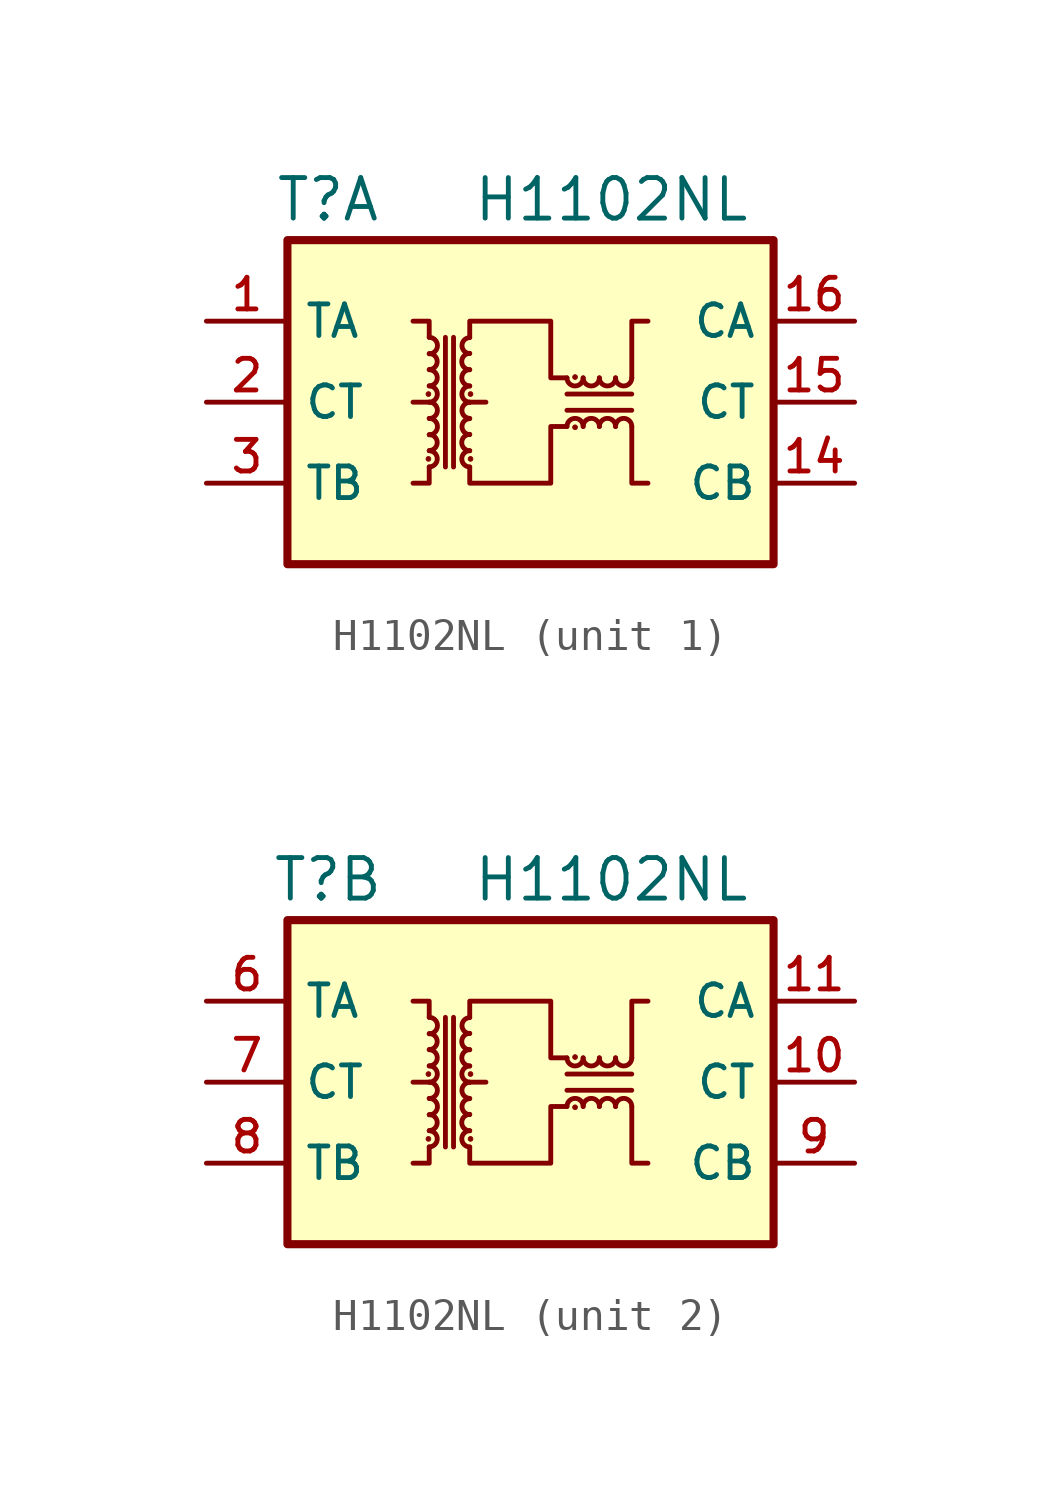
<source format=kicad_sym>
(kicad_symbol_lib
  (version 20211014)
  (generator kicad_symbol_editor)
  (symbol "H1102NL"
    (property "Reference" "T"
      (at 3.81 3.81 0)
      (effects (font (size 1.27 1.27))))
    (property "Value" "H1102NL"
      (at 12.7 3.81 0)
      (effects (font (size 1.27 1.27))))
    (property "ki_locked" ""
      (at 0 0 0)
      (effects (font (size 1.27 1.27))))
    (symbol "H1102NL_0_0"
      (polyline (pts (xy 6.477 -2.54) (xy 6.985 -2.54)) (stroke (width 0) (type default) (color 0 0 0 0)) (fill (type none)))
      (rectangle (start 2.54 2.54) (end 17.78 -7.62) (stroke (width 0.254) (type default) (color 0 0 0 0)) (fill (type background))))
    (symbol "H1102NL_0_1"
      (polyline (pts (xy 7.493 -0.508) (xy 7.493 -4.572)) (stroke (width 0) (type default) (color 0 0 0 0)) (fill (type none)))
      (polyline (pts (xy 7.747 -4.572) (xy 7.747 -0.508)) (stroke (width 0) (type default) (color 0 0 0 0)) (fill (type none)))
      (polyline (pts (xy 8.255 -2.54) (xy 8.763 -2.54)) (stroke (width 0) (type default) (color 0 0 0 0)) (fill (type none)))
      (polyline (pts (xy 11.303 -2.794) (xy 13.335 -2.794)) (stroke (width 0) (type default) (color 0 0 0 0)) (fill (type none)))
      (polyline (pts (xy 13.335 -2.286) (xy 11.303 -2.286)) (stroke (width 0) (type default) (color 0 0 0 0)) (fill (type none)))
      (polyline (pts (xy 6.985 -4.572) (xy 6.985 -5.08) (xy 6.477 -5.08)) (stroke (width 0) (type default) (color 0 0 0 0)) (fill (type none)))
      (polyline (pts (xy 6.985 -0.508) (xy 6.985 0) (xy 6.477 0)) (stroke (width 0) (type default) (color 0 0 0 0)) (fill (type none)))
      (polyline (pts (xy 13.335 -3.302) (xy 13.335 -5.08) (xy 13.843 -5.08)) (stroke (width 0) (type default) (color 0 0 0 0)) (fill (type none)))
      (polyline (pts (xy 13.335 -1.778) (xy 13.335 0) (xy 13.843 0)) (stroke (width 0) (type default) (color 0 0 0 0)) (fill (type none)))
      (polyline (pts (xy 8.255 -0.508) (xy 8.255 0) (xy 10.795 0) (xy 10.795 -1.778) (xy 11.303 -1.778)) (stroke (width 0) (type default) (color 0 0 0 0)) (fill (type none)))
      (polyline (pts (xy 11.303 -3.302) (xy 10.795 -3.302) (xy 10.795 -5.08) (xy 8.255 -5.08) (xy 8.255 -4.572)) (stroke (width 0) (type default) (color 0 0 0 0)) (fill (type none)))
      (circle (center 6.96 -4.318) (radius 0.076) (stroke (width 0.025) (type default) (color 0 0 0 0)) (fill (type outline)))
      (circle (center 6.96 -2.286) (radius 0.076) (stroke (width 0.025) (type default) (color 0 0 0 0)) (fill (type outline)))
      (arc (start 6.985 -4.572) (mid 7.239 -4.318) (end 6.985 -4.064) (stroke (width 0) (type default) (color 0 0 0 0)) (fill (type none)))
      (arc (start 6.985 -4.064) (mid 7.239 -3.81) (end 6.985 -3.556) (stroke (width 0) (type default) (color 0 0 0 0)) (fill (type none)))
      (arc (start 6.985 -3.556) (mid 7.239 -3.302) (end 6.985 -3.048) (stroke (width 0) (type default) (color 0 0 0 0)) (fill (type none)))
      (arc (start 6.985 -3.048) (mid 7.239 -2.794) (end 6.985 -2.54) (stroke (width 0) (type default) (color 0 0 0 0)) (fill (type none)))
      (arc (start 6.985 -2.54) (mid 7.239 -2.286) (end 6.985 -2.032) (stroke (width 0) (type default) (color 0 0 0 0)) (fill (type none)))
      (arc (start 6.985 -2.032) (mid 7.239 -1.778) (end 6.985 -1.524) (stroke (width 0) (type default) (color 0 0 0 0)) (fill (type none)))
      (arc (start 6.985 -1.524) (mid 7.239 -1.27) (end 6.985 -1.016) (stroke (width 0) (type default) (color 0 0 0 0)) (fill (type none)))
      (arc (start 6.985 -1.016) (mid 7.239 -0.762) (end 6.985 -0.508) (stroke (width 0) (type default) (color 0 0 0 0)) (fill (type none)))
      (arc (start 8.255 -4.064) (mid 8.001 -4.318) (end 8.255 -4.572) (stroke (width 0) (type default) (color 0 0 0 0)) (fill (type none)))
      (arc (start 8.255 -3.556) (mid 8.001 -3.81) (end 8.255 -4.064) (stroke (width 0) (type default) (color 0 0 0 0)) (fill (type none)))
      (arc (start 8.255 -3.048) (mid 8.001 -3.302) (end 8.255 -3.556) (stroke (width 0) (type default) (color 0 0 0 0)) (fill (type none)))
      (arc (start 8.255 -2.54) (mid 8.001 -2.794) (end 8.255 -3.048) (stroke (width 0) (type default) (color 0 0 0 0)) (fill (type none)))
      (arc (start 8.255 -2.032) (mid 8.001 -2.286) (end 8.255 -2.54) (stroke (width 0) (type default) (color 0 0 0 0)) (fill (type none)))
      (arc (start 8.255 -1.524) (mid 8.001 -1.778) (end 8.255 -2.032) (stroke (width 0) (type default) (color 0 0 0 0)) (fill (type none)))
      (arc (start 8.255 -1.016) (mid 8.001 -1.27) (end 8.255 -1.524) (stroke (width 0) (type default) (color 0 0 0 0)) (fill (type none)))
      (arc (start 8.255 -0.508) (mid 8.001 -0.762) (end 8.255 -1.016) (stroke (width 0) (type default) (color 0 0 0 0)) (fill (type none)))
      (circle (center 8.28 -4.318) (radius 0.076) (stroke (width 0.025) (type default) (color 0 0 0 0)) (fill (type outline)))
      (circle (center 8.28 -2.286) (radius 0.076) (stroke (width 0.025) (type default) (color 0 0 0 0)) (fill (type outline)))
      (arc (start 11.303 -1.778) (mid 11.557 -2.032) (end 11.811 -1.778) (stroke (width 0) (type default) (color 0 0 0 0)) (fill (type none)))
      (circle (center 11.557 -3.327) (radius 0.076) (stroke (width 0.025) (type default) (color 0 0 0 0)) (fill (type outline)))
      (circle (center 11.557 -1.753) (radius 0.076) (stroke (width 0.025) (type default) (color 0 0 0 0)) (fill (type outline)))
      (arc (start 11.811 -3.302) (mid 11.557 -3.048) (end 11.303 -3.302) (stroke (width 0) (type default) (color 0 0 0 0)) (fill (type none)))
      (arc (start 11.811 -1.778) (mid 12.065 -2.032) (end 12.319 -1.778) (stroke (width 0) (type default) (color 0 0 0 0)) (fill (type none)))
      (arc (start 12.319 -3.302) (mid 12.065 -3.048) (end 11.811 -3.302) (stroke (width 0) (type default) (color 0 0 0 0)) (fill (type none)))
      (arc (start 12.319 -1.778) (mid 12.573 -2.032) (end 12.827 -1.778) (stroke (width 0) (type default) (color 0 0 0 0)) (fill (type none)))
      (arc (start 12.827 -3.302) (mid 12.573 -3.048) (end 12.319 -3.302) (stroke (width 0) (type default) (color 0 0 0 0)) (fill (type none)))
      (arc (start 12.827 -1.778) (mid 13.081 -2.032) (end 13.335 -1.778) (stroke (width 0) (type default) (color 0 0 0 0)) (fill (type none)))
      (arc (start 13.335 -3.302) (mid 13.081 -3.048) (end 12.827 -3.302) (stroke (width 0) (type default) (color 0 0 0 0)) (fill (type none))))
    (symbol "H1102NL_1_1"
      (pin passive line (at 0 0 0) (length 2.54) (name "TA" (effects (font (size 0.991 0.991)))) (number "1" (effects (font (size 0.991 0.991)))))
      (pin no_connect line (at 20.32 -6.35 180) (length 2.54) hide (name "NC" (effects (font (size 0.991 0.991)))) (number "13" (effects (font (size 0.991 0.991)))))
      (pin passive line (at 20.32 -5.08 180) (length 2.54) (name "CB" (effects (font (size 0.991 0.991)))) (number "14" (effects (font (size 0.991 0.991)))))
      (pin passive line (at 20.32 -2.54 180) (length 2.54) (name "CT" (effects (font (size 0.991 0.991)))) (number "15" (effects (font (size 0.991 0.991)))))
      (pin passive line (at 20.32 0 180) (length 2.54) (name "CA" (effects (font (size 0.991 0.991)))) (number "16" (effects (font (size 0.991 0.991)))))
      (pin passive line (at 0 -2.54 0) (length 2.54) (name "CT" (effects (font (size 0.991 0.991)))) (number "2" (effects (font (size 0.991 0.991)))))
      (pin passive line (at 0 -5.08 0) (length 2.54) (name "TB" (effects (font (size 0.991 0.991)))) (number "3" (effects (font (size 0.991 0.991)))))
      (pin no_connect line (at 0 -6.35 0) (length 2.54) hide (name "NC" (effects (font (size 0.991 0.991)))) (number "4" (effects (font (size 0.991 0.991))))))
    (symbol "H1102NL_2_1"
      (pin passive line (at 20.32 -2.54 180) (length 2.54) (name "CT" (effects (font (size 0.991 0.991)))) (number "10" (effects (font (size 0.991 0.991)))))
      (pin passive line (at 20.32 0 180) (length 2.54) (name "CA" (effects (font (size 0.991 0.991)))) (number "11" (effects (font (size 0.991 0.991)))))
      (pin no_connect line (at 20.32 -6.35 180) (length 2.54) hide (name "NC" (effects (font (size 0.991 0.991)))) (number "12" (effects (font (size 0.991 0.991)))))
      (pin no_connect line (at 0 -6.35 0) (length 2.54) hide (name "NC" (effects (font (size 0.991 0.991)))) (number "5" (effects (font (size 0.991 0.991)))))
      (pin passive line (at 0 0 0) (length 2.54) (name "TA" (effects (font (size 0.991 0.991)))) (number "6" (effects (font (size 0.991 0.991)))))
      (pin passive line (at 0 -2.54 0) (length 2.54) (name "CT" (effects (font (size 0.991 0.991)))) (number "7" (effects (font (size 0.991 0.991)))))
      (pin passive line (at 0 -5.08 0) (length 2.54) (name "TB" (effects (font (size 0.991 0.991)))) (number "8" (effects (font (size 0.991 0.991)))))
      (pin passive line (at 20.32 -5.08 180) (length 2.54) (name "CB" (effects (font (size 0.991 0.991)))) (number "9" (effects (font (size 0.991 0.991))))))))
</source>
